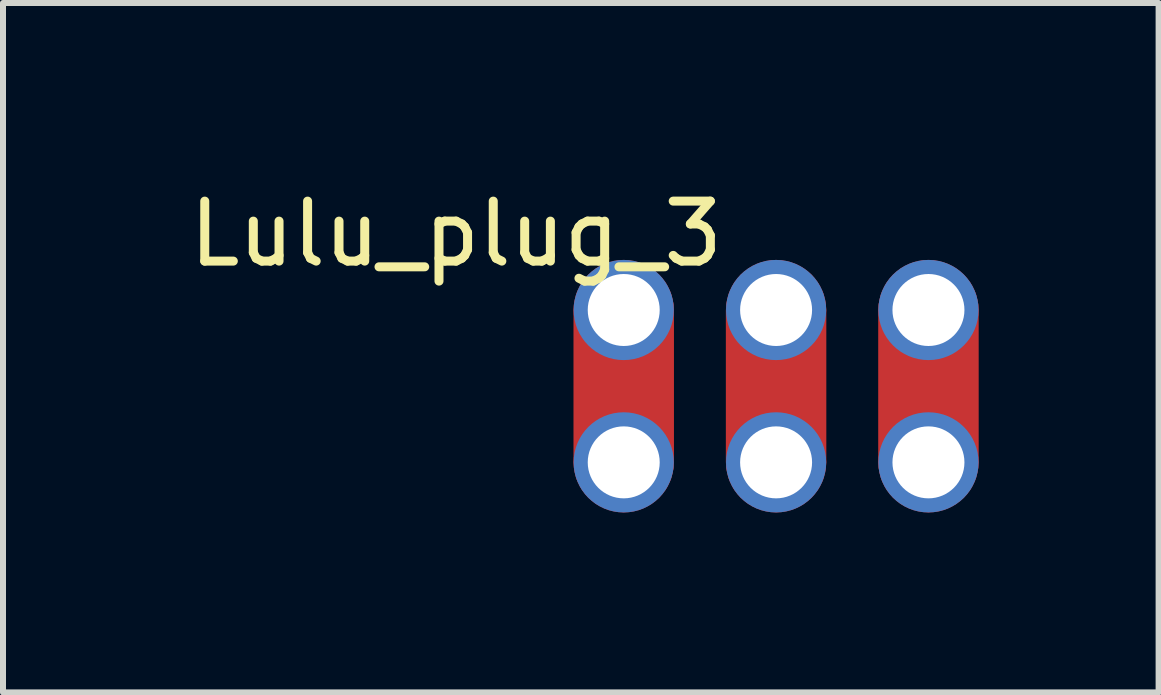
<source format=kicad_pcb>
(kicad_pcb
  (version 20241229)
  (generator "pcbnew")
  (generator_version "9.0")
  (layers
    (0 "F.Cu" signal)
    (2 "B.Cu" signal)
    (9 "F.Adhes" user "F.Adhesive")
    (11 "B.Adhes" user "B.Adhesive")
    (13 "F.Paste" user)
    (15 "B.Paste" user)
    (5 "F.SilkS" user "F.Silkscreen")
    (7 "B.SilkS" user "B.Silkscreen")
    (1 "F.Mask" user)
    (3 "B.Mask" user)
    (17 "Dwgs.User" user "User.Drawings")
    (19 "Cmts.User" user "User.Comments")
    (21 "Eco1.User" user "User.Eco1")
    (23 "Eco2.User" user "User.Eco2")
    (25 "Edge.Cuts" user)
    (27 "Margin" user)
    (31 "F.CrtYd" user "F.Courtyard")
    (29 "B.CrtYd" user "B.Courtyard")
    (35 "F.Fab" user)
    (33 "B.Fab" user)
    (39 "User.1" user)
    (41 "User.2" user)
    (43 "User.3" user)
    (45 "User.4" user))
  (footprint "Lulu_plug_3"
    (layer "F.Cu")
    (at 9.888 3.388)
    (property "Reference" "Lulu_plug_3" (at -5.334 -2.54 0) (layer "F.SilkS") (effects (font (size 1 1) (thickness 0.15))))
    (attr through_hole)
    (pad "1" thru_hole circle (at -2.54 -1.27) (size 1.67 1.67) (drill 1.2) (layers "*.Cu" "*.Mask"))
    (pad "1" smd roundrect (at -2.54 0) (size 1.675 4.2) (layers "F.Cu" "F.Mask") (roundrect_rratio 0.5))
    (pad "1" thru_hole circle (at -2.54 1.27) (size 1.67 1.67) (drill 1.2) (layers "*.Cu" "*.Mask"))
    (pad "2" thru_hole circle (at 0 -1.27) (size 1.67 1.67) (drill 1.2) (layers "*.Cu" "*.Mask"))
    (pad "2" smd roundrect (at 0 0) (size 1.675 4.2) (layers "F.Cu" "F.Mask") (roundrect_rratio 0.5))
    (pad "2" thru_hole circle (at 0 1.27) (size 1.67 1.67) (drill 1.2) (layers "*.Cu" "*.Mask"))
    (pad "3" thru_hole circle (at 2.54 -1.27) (size 1.67 1.67) (drill 1.2) (layers "*.Cu" "*.Mask"))
    (pad "3" smd roundrect (at 2.54 0) (size 1.675 4.2) (layers "F.Cu" "F.Mask") (roundrect_rratio 0.5))
    (pad "3" thru_hole circle (at 2.54 1.27) (size 1.67 1.67) (drill 1.2) (layers "*.Cu" "*.Mask")))
  (gr_rect
    (start -3 -3)
    (end 16.265 8.493)
    (stroke (width 0.1) (type default))
    (fill no)
    (layer "Edge.Cuts")))
</source>
